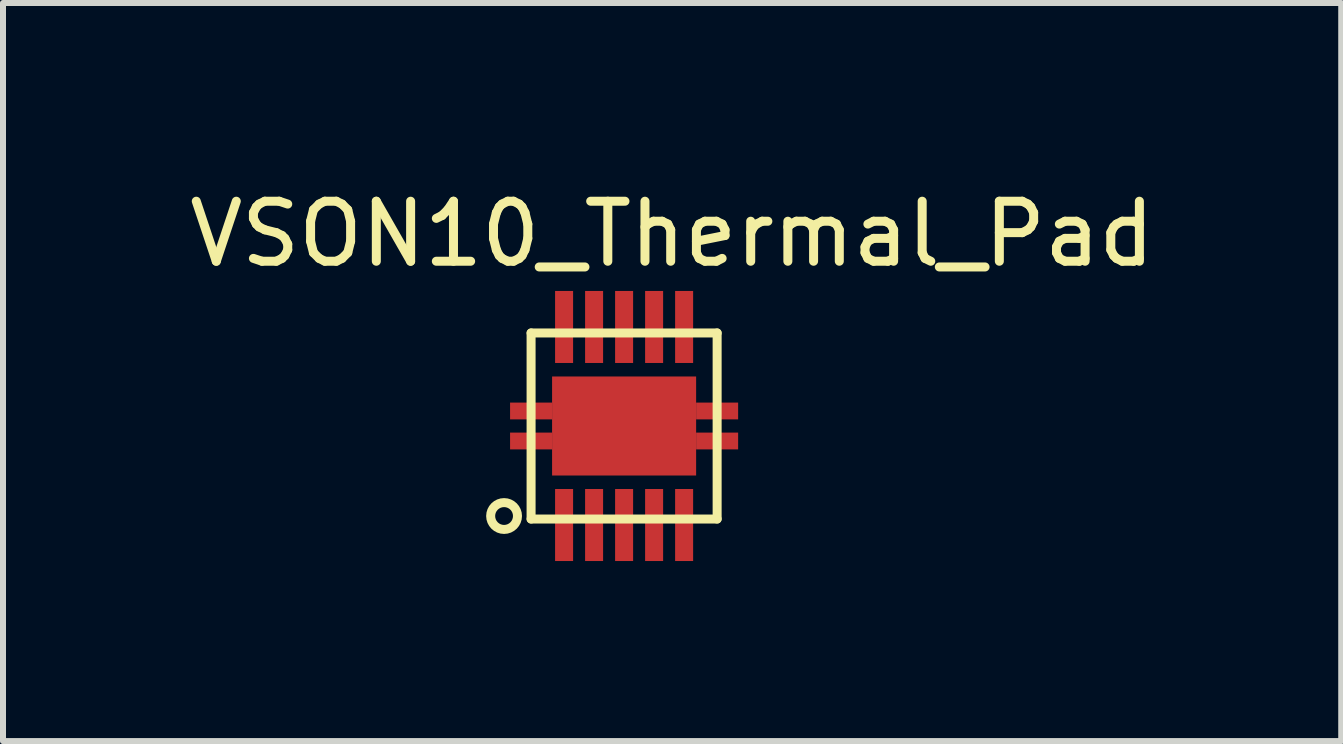
<source format=kicad_pcb>
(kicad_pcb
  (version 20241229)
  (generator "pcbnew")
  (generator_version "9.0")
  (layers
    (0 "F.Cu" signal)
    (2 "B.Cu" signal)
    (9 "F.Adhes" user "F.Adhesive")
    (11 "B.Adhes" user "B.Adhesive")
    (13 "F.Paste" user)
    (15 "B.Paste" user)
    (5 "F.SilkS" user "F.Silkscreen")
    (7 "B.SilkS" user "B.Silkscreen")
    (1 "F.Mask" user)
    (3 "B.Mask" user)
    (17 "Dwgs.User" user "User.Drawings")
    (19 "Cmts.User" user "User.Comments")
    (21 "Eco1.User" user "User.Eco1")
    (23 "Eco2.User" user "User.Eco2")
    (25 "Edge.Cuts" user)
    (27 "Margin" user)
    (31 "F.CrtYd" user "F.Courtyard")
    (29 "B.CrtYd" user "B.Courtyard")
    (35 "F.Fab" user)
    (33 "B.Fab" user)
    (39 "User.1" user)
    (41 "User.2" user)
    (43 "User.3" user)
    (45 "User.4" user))
  (footprint "VSON10_Thermal_Pad"
    (layer "F.Cu")
    (at 7.349 4.048)
    (property "Reference" "VSON10_Thermal_Pad" (at 0.8 -3.2 0) (layer "F.SilkS") (effects (font (size 1 1) (thickness 0.15))))
    (attr smd)
    (fp_line (start -1.55 -1.55) (end 1.55 -1.55) (stroke (width 0.15) (type solid)) (layer "F.SilkS"))
    (fp_line (start -1.55 1.55) (end -1.55 -1.55) (stroke (width 0.15) (type solid)) (layer "F.SilkS"))
    (fp_line (start 1.55 -1.55) (end 1.55 1.55) (stroke (width 0.15) (type solid)) (layer "F.SilkS"))
    (fp_line (start 1.55 1.55) (end -1.55 1.55) (stroke (width 0.15) (type solid)) (layer "F.SilkS"))
    (fp_circle (center -2 1.5) (end -1.9 1.3) (stroke (width 0.15) (type solid)) (fill no) (layer "F.SilkS"))
    (pad "1" smd rect (at -1 1.65 90) (size 1.2 0.3) (layers "F.Cu" "F.Mask" "F.Paste"))
    (pad "2" smd rect (at -0.5 1.65 90) (size 1.2 0.3) (layers "F.Cu" "F.Mask" "F.Paste"))
    (pad "3" smd rect (at 0 1.65 90) (size 1.2 0.3) (layers "F.Cu" "F.Mask" "F.Paste"))
    (pad "4" smd rect (at 0.5 1.65 90) (size 1.2 0.3) (layers "F.Cu" "F.Mask" "F.Paste"))
    (pad "5" smd rect (at 1 1.65 90) (size 1.2 0.3) (layers "F.Cu" "F.Mask" "F.Paste"))
    (pad "6" smd rect (at 1 -1.65 90) (size 1.2 0.3) (layers "F.Cu" "F.Mask" "F.Paste"))
    (pad "7" smd rect (at 0.5 -1.65 90) (size 1.2 0.3) (layers "F.Cu" "F.Mask" "F.Paste"))
    (pad "8" smd rect (at 0 -1.65 90) (size 1.2 0.3) (layers "F.Cu" "F.Mask" "F.Paste"))
    (pad "9" smd rect (at -0.5 -1.65 90) (size 1.2 0.3) (layers "F.Cu" "F.Mask" "F.Paste"))
    (pad "10" smd rect (at -1 -1.65 90) (size 1.2 0.3) (layers "F.Cu" "F.Mask" "F.Paste"))
    (pad "11" smd rect (at -1.55 -0.25 90) (size 0.28 0.7) (layers "F.Cu" "F.Mask" "F.Paste"))
    (pad "11" smd rect (at -1.55 0.25 90) (size 0.28 0.7) (layers "F.Cu" "F.Mask" "F.Paste"))
    (pad "11" smd rect (at 0 0 90) (size 1.65 2.4) (layers "F.Cu" "F.Mask" "F.Paste"))
    (pad "11" smd rect (at 1.55 -0.25 90) (size 0.28 0.7) (layers "F.Cu" "F.Mask" "F.Paste"))
    (pad "11" smd rect (at 1.55 0.25 90) (size 0.28 0.7) (layers "F.Cu" "F.Mask" "F.Paste")))
  (gr_rect
    (start -3 -3)
    (end 19.298 9.298)
    (stroke (width 0.1) (type default))
    (fill no)
    (layer "Edge.Cuts")))
</source>
